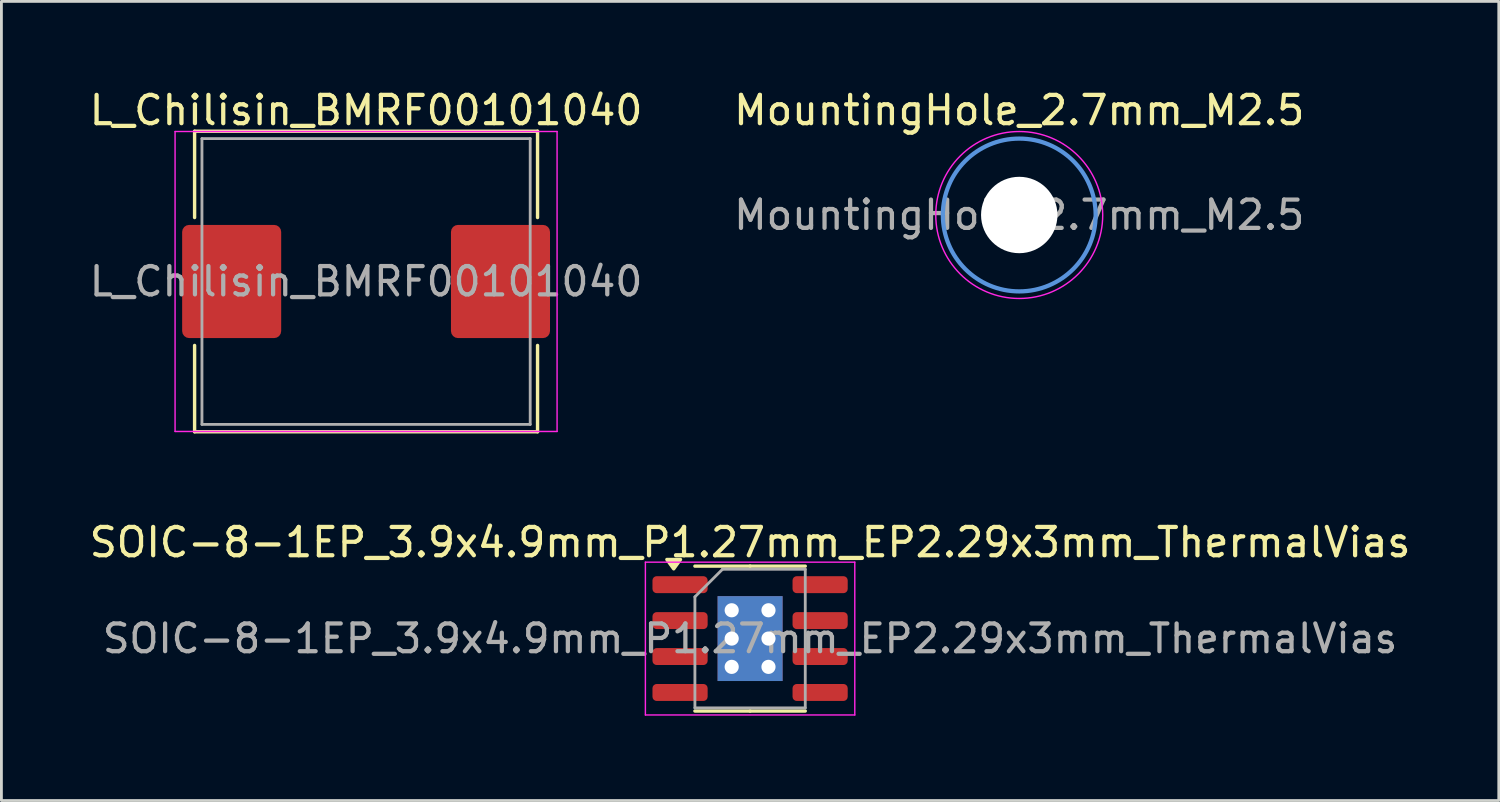
<source format=kicad_pcb>
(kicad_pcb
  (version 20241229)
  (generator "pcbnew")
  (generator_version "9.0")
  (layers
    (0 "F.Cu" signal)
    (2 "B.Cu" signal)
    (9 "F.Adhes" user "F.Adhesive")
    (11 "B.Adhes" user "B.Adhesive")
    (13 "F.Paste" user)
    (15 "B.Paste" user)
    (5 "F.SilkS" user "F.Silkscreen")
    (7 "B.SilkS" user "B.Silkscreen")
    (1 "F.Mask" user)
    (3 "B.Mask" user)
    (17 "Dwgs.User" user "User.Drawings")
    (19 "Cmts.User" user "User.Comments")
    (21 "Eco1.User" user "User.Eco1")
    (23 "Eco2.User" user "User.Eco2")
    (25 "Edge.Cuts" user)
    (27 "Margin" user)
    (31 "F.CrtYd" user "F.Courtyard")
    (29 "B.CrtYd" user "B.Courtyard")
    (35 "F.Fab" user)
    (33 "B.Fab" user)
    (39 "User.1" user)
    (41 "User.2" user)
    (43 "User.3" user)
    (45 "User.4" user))
  (footprint "SOIC-8-1EP_3.9x4.9mm_P1.27mm_EP2.29x3mm_ThermalVias"
    (layer "F.Cu")
    (at 23.458 19.517)
    (property "Reference" "SOIC-8-1EP_3.9x4.9mm_P1.27mm_EP2.29x3mm_ThermalVias" (at 0 -3.4 0) (layer "F.SilkS") (effects (font (size 1 1) (thickness 0.15))))
    (attr smd)
    (fp_line (start 0 -2.56) (end -1.95 -2.56) (stroke (width 0.12) (type solid)) (layer "F.SilkS"))
    (fp_line (start 0 -2.56) (end 1.95 -2.56) (stroke (width 0.12) (type solid)) (layer "F.SilkS"))
    (fp_line (start 0 2.56) (end -1.95 2.56) (stroke (width 0.12) (type solid)) (layer "F.SilkS"))
    (fp_line (start 0 2.56) (end 1.95 2.56) (stroke (width 0.12) (type solid)) (layer "F.SilkS"))
    (fp_poly (pts (xy -2.7 -2.465) (xy -2.94 -2.795) (xy -2.46 -2.795) (xy -2.7 -2.465)) (stroke (width 0.12) (type solid)) (fill yes) (layer "F.SilkS"))
    (fp_line (start -3.7 -2.7) (end -3.7 2.7) (stroke (width 0.05) (type solid)) (layer "F.CrtYd"))
    (fp_line (start -3.7 2.7) (end 3.7 2.7) (stroke (width 0.05) (type solid)) (layer "F.CrtYd"))
    (fp_line (start 3.7 -2.7) (end -3.7 -2.7) (stroke (width 0.05) (type solid)) (layer "F.CrtYd"))
    (fp_line (start 3.7 2.7) (end 3.7 -2.7) (stroke (width 0.05) (type solid)) (layer "F.CrtYd"))
    (fp_line (start -1.95 -1.475) (end -0.975 -2.45) (stroke (width 0.1) (type solid)) (layer "F.Fab"))
    (fp_line (start -1.95 2.45) (end -1.95 -1.475) (stroke (width 0.1) (type solid)) (layer "F.Fab"))
    (fp_line (start -0.975 -2.45) (end 1.95 -2.45) (stroke (width 0.1) (type solid)) (layer "F.Fab"))
    (fp_line (start 1.95 -2.45) (end 1.95 2.45) (stroke (width 0.1) (type solid)) (layer "F.Fab"))
    (fp_line (start 1.95 2.45) (end -1.95 2.45) (stroke (width 0.1) (type solid)) (layer "F.Fab"))
    (fp_text user "${REFERENCE}" (at 0 0 0) (layer "F.Fab") (effects (font (size 0.98 0.98) (thickness 0.15))))
    (pad "" smd roundrect (at -0.57 -0.75) (size 0.96 1.25) (layers "F.Paste") (roundrect_rratio 0.25))
    (pad "" smd roundrect (at -0.57 0.75) (size 0.96 1.25) (layers "F.Paste") (roundrect_rratio 0.25))
    (pad "" smd roundrect (at 0.57 -0.75) (size 0.96 1.25) (layers "F.Paste") (roundrect_rratio 0.25))
    (pad "" smd roundrect (at 0.57 0.75) (size 0.96 1.25) (layers "F.Paste") (roundrect_rratio 0.25))
    (pad "1" smd roundrect (at -2.475 -1.905) (size 1.95 0.6) (layers "F.Cu" "F.Mask" "F.Paste") (roundrect_rratio 0.25))
    (pad "2" smd roundrect (at -2.475 -0.635) (size 1.95 0.6) (layers "F.Cu" "F.Mask" "F.Paste") (roundrect_rratio 0.25))
    (pad "3" smd roundrect (at -2.475 0.635) (size 1.95 0.6) (layers "F.Cu" "F.Mask" "F.Paste") (roundrect_rratio 0.25))
    (pad "4" smd roundrect (at -2.475 1.905) (size 1.95 0.6) (layers "F.Cu" "F.Mask" "F.Paste") (roundrect_rratio 0.25))
    (pad "5" smd roundrect (at 2.475 1.905) (size 1.95 0.6) (layers "F.Cu" "F.Mask" "F.Paste") (roundrect_rratio 0.25))
    (pad "6" smd roundrect (at 2.475 0.635) (size 1.95 0.6) (layers "F.Cu" "F.Mask" "F.Paste") (roundrect_rratio 0.25))
    (pad "7" smd roundrect (at 2.475 -0.635) (size 1.95 0.6) (layers "F.Cu" "F.Mask" "F.Paste") (roundrect_rratio 0.25))
    (pad "8" smd roundrect (at 2.475 -1.905) (size 1.95 0.6) (layers "F.Cu" "F.Mask" "F.Paste") (roundrect_rratio 0.25))
    (pad "9" thru_hole circle (at -0.65 -1) (size 0.6 0.6) (drill 0.5) (property pad_prop_heatsink) (layers "*.Cu"))
    (pad "9" thru_hole circle (at -0.65 0) (size 0.6 0.6) (drill 0.5) (property pad_prop_heatsink) (layers "*.Cu"))
    (pad "9" thru_hole circle (at -0.65 1) (size 0.6 0.6) (drill 0.5) (property pad_prop_heatsink) (layers "*.Cu"))
    (pad "9" smd rect (at 0 0) (size 2.29 3) (property pad_prop_heatsink) (layers "F.Cu" "F.Mask"))
    (pad "9" smd rect (at 0 0) (size 2.3 3) (property pad_prop_heatsink) (layers "B.Cu" "B.Mask"))
    (pad "9" thru_hole circle (at 0.65 -1) (size 0.6 0.6) (drill 0.5) (property pad_prop_heatsink) (layers "*.Cu"))
    (pad "9" thru_hole circle (at 0.65 0) (size 0.6 0.6) (drill 0.5) (property pad_prop_heatsink) (layers "*.Cu"))
    (pad "9" thru_hole circle (at 0.65 1) (size 0.6 0.6) (drill 0.5) (property pad_prop_heatsink) (layers "*.Cu")))
  (footprint "MountingHole_2.7mm_M2.5"
    (layer "F.Cu")
    (at 32.97 4.548)
    (property "Reference" "MountingHole_2.7mm_M2.5" (at 0 -3.7 0) (layer "F.SilkS") (effects (font (size 1 1) (thickness 0.15))))
    (attr exclude_from_pos_files exclude_from_bom)
    (fp_circle (center 0 0) (end 2.7 0) (stroke (width 0.15) (type solid)) (fill no) (layer "Cmts.User"))
    (fp_circle (center 0 0) (end 2.95 0) (stroke (width 0.05) (type solid)) (fill no) (layer "F.CrtYd"))
    (fp_text user "${REFERENCE}" (at 0 0 0) (layer "F.Fab") (effects (font (size 1 1) (thickness 0.15))))
    (pad "" np_thru_hole circle (at 0 0) (size 2.7 2.7) (drill 2.7) (layers "*.Cu" "*.Mask")))
  (footprint "L_Chilisin_BMRF00101040"
    (layer "F.Cu")
    (at 9.887 6.898)
    (property "Reference" "L_Chilisin_BMRF00101040" (at 0 -6.05 0) (layer "F.SilkS") (effects (font (size 1 1) (thickness 0.15))))
    (attr smd)
    (fp_line (start -6.06 -5.31) (end -6.06 -2.26) (stroke (width 0.12) (type solid)) (layer "F.SilkS"))
    (fp_line (start -6.06 -5.31) (end 6.06 -5.31) (stroke (width 0.12) (type solid)) (layer "F.SilkS"))
    (fp_line (start -6.06 5.31) (end -6.06 2.26) (stroke (width 0.12) (type solid)) (layer "F.SilkS"))
    (fp_line (start -6.06 5.31) (end 6.06 5.31) (stroke (width 0.12) (type solid)) (layer "F.SilkS"))
    (fp_line (start 6.06 -5.31) (end 6.06 -2.26) (stroke (width 0.12) (type solid)) (layer "F.SilkS"))
    (fp_line (start 6.06 5.31) (end 6.06 2.26) (stroke (width 0.12) (type solid)) (layer "F.SilkS"))
    (fp_line (start -6.75 -5.3) (end -6.75 5.3) (stroke (width 0.05) (type solid)) (layer "F.CrtYd"))
    (fp_line (start -6.75 5.3) (end 6.75 5.3) (stroke (width 0.05) (type solid)) (layer "F.CrtYd"))
    (fp_line (start 6.75 -5.3) (end -6.75 -5.3) (stroke (width 0.05) (type solid)) (layer "F.CrtYd"))
    (fp_line (start 6.75 5.3) (end 6.75 -5.3) (stroke (width 0.05) (type solid)) (layer "F.CrtYd"))
    (fp_line (start -5.8 -5.05) (end -5.8 5.05) (stroke (width 0.1) (type solid)) (layer "F.Fab"))
    (fp_line (start -5.8 5.05) (end 5.8 5.05) (stroke (width 0.1) (type solid)) (layer "F.Fab"))
    (fp_line (start 5.8 -5.05) (end -5.8 -5.05) (stroke (width 0.1) (type solid)) (layer "F.Fab"))
    (fp_line (start 5.8 5.05) (end 5.8 -5.05) (stroke (width 0.1) (type solid)) (layer "F.Fab"))
    (fp_text user "${REFERENCE}" (at 0 0 0) (layer "F.Fab") (effects (font (size 1 1) (thickness 0.15))))
    (pad "1" smd roundrect (at -4.75 0) (size 3.5 4) (layers "F.Cu" "F.Mask" "F.Paste") (roundrect_rratio 0.071))
    (pad "2" smd roundrect (at 4.75 0) (size 3.5 4) (layers "F.Cu" "F.Mask" "F.Paste") (roundrect_rratio 0.071)))
  (gr_rect
    (start -3 -3)
    (end 49.917 25.241)
    (stroke (width 0.1) (type default))
    (fill no)
    (layer "Edge.Cuts")))
</source>
